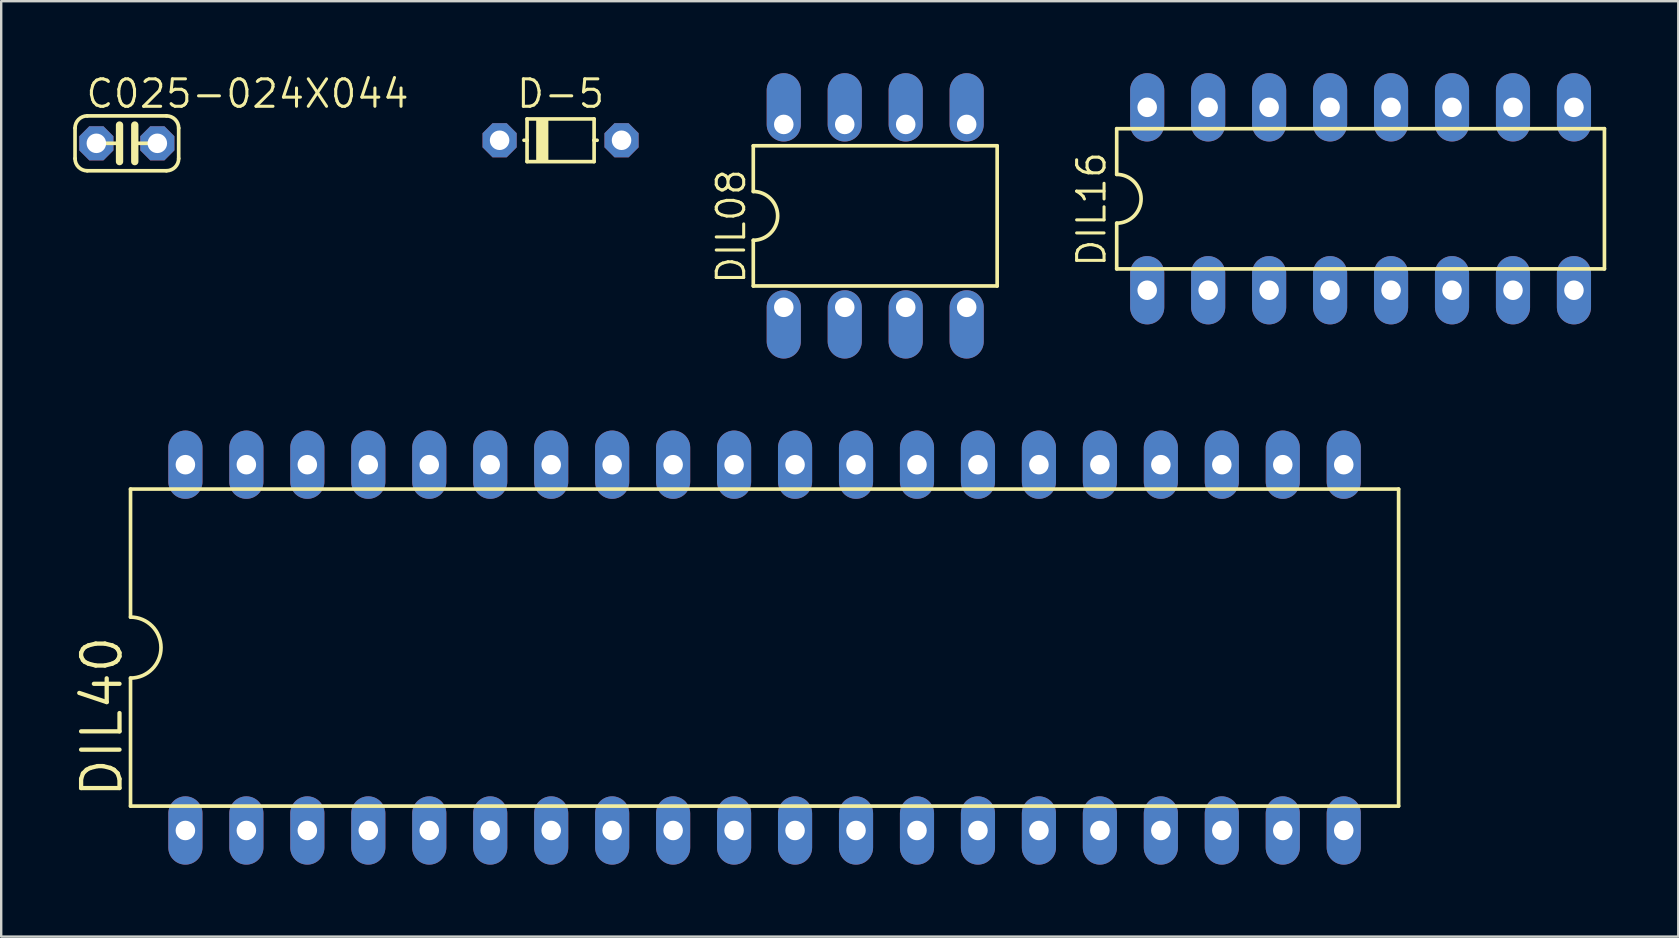
<source format=kicad_pcb>
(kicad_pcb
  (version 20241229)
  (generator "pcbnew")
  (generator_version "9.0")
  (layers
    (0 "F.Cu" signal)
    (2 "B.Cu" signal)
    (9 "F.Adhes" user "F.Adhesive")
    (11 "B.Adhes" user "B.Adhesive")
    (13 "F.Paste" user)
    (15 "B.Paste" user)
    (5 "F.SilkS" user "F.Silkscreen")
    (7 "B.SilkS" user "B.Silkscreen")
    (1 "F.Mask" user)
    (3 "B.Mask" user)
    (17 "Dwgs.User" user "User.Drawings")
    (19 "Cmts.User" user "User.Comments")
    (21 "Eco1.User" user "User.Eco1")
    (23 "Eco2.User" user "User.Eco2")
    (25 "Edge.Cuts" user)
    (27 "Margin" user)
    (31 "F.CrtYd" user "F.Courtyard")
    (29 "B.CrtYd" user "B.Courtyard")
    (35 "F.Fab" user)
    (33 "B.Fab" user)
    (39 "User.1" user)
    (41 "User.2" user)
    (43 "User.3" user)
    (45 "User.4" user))
  (footprint "DIL40"
    (layer "F.Cu")
    (at 28.804 23.93)
    (property "Reference" "DIL40" (at -26.67 6.35 90) (unlocked yes) (layer "F.SilkS") (effects (font (size 1.6 1.6) (thickness 0.178)) (justify left bottom)))
    (fp_line (start -26.416 -6.604) (end -26.416 -1.27) (stroke (width 0.152) (type solid)) (layer "F.SilkS"))
    (fp_line (start -26.416 -6.604) (end 26.416 -6.604) (stroke (width 0.152) (type solid)) (layer "F.SilkS"))
    (fp_line (start -26.416 1.27) (end -26.416 6.604) (stroke (width 0.152) (type solid)) (layer "F.SilkS"))
    (fp_line (start -26.416 6.604) (end 26.416 6.604) (stroke (width 0.152) (type solid)) (layer "F.SilkS"))
    (fp_line (start 26.416 6.604) (end 26.416 -6.604) (stroke (width 0.152) (type solid)) (layer "F.SilkS"))
    (fp_arc (start -26.416 -1.27) (mid -25.146 0) (end -26.416 1.27) (stroke (width 0.1524) (type solid)) (layer "F.SilkS"))
    (pad "1" thru_hole oval (at -24.13 7.62 90) (size 2.845 1.422) (drill 0.813) (layers "*.Cu" "*.Mask"))
    (pad "2" thru_hole oval (at -21.59 7.62 90) (size 2.845 1.422) (drill 0.813) (layers "*.Cu" "*.Mask"))
    (pad "3" thru_hole oval (at -19.05 7.62 90) (size 2.845 1.422) (drill 0.813) (layers "*.Cu" "*.Mask"))
    (pad "4" thru_hole oval (at -16.51 7.62 90) (size 2.845 1.422) (drill 0.813) (layers "*.Cu" "*.Mask"))
    (pad "5" thru_hole oval (at -13.97 7.62 90) (size 2.845 1.422) (drill 0.813) (layers "*.Cu" "*.Mask"))
    (pad "6" thru_hole oval (at -11.43 7.62 90) (size 2.845 1.422) (drill 0.813) (layers "*.Cu" "*.Mask"))
    (pad "7" thru_hole oval (at -8.89 7.62 90) (size 2.845 1.422) (drill 0.813) (layers "*.Cu" "*.Mask"))
    (pad "8" thru_hole oval (at -6.35 7.62 90) (size 2.845 1.422) (drill 0.813) (layers "*.Cu" "*.Mask"))
    (pad "9" thru_hole oval (at -3.81 7.62 90) (size 2.845 1.422) (drill 0.813) (layers "*.Cu" "*.Mask"))
    (pad "10" thru_hole oval (at -1.27 7.62 90) (size 2.845 1.422) (drill 0.813) (layers "*.Cu" "*.Mask"))
    (pad "11" thru_hole oval (at 1.27 7.62 90) (size 2.845 1.422) (drill 0.813) (layers "*.Cu" "*.Mask"))
    (pad "12" thru_hole oval (at 3.81 7.62 90) (size 2.845 1.422) (drill 0.813) (layers "*.Cu" "*.Mask"))
    (pad "13" thru_hole oval (at 6.35 7.62 90) (size 2.845 1.422) (drill 0.813) (layers "*.Cu" "*.Mask"))
    (pad "14" thru_hole oval (at 8.89 7.62 90) (size 2.845 1.422) (drill 0.813) (layers "*.Cu" "*.Mask"))
    (pad "15" thru_hole oval (at 11.43 7.62 90) (size 2.845 1.422) (drill 0.813) (layers "*.Cu" "*.Mask"))
    (pad "16" thru_hole oval (at 13.97 7.62 90) (size 2.845 1.422) (drill 0.813) (layers "*.Cu" "*.Mask"))
    (pad "17" thru_hole oval (at 16.51 7.62 90) (size 2.845 1.422) (drill 0.813) (layers "*.Cu" "*.Mask"))
    (pad "18" thru_hole oval (at 19.05 7.62 90) (size 2.845 1.422) (drill 0.813) (layers "*.Cu" "*.Mask"))
    (pad "19" thru_hole oval (at 21.59 7.62 90) (size 2.845 1.422) (drill 0.813) (layers "*.Cu" "*.Mask"))
    (pad "20" thru_hole oval (at 24.13 7.62 90) (size 2.845 1.422) (drill 0.813) (layers "*.Cu" "*.Mask"))
    (pad "21" thru_hole oval (at 24.13 -7.62 90) (size 2.845 1.422) (drill 0.813) (layers "*.Cu" "*.Mask"))
    (pad "22" thru_hole oval (at 21.59 -7.62 90) (size 2.845 1.422) (drill 0.813) (layers "*.Cu" "*.Mask"))
    (pad "23" thru_hole oval (at 19.05 -7.62 90) (size 2.845 1.422) (drill 0.813) (layers "*.Cu" "*.Mask"))
    (pad "24" thru_hole oval (at 16.51 -7.62 90) (size 2.845 1.422) (drill 0.813) (layers "*.Cu" "*.Mask"))
    (pad "25" thru_hole oval (at 13.97 -7.62 90) (size 2.845 1.422) (drill 0.813) (layers "*.Cu" "*.Mask"))
    (pad "26" thru_hole oval (at 11.43 -7.62 90) (size 2.845 1.422) (drill 0.813) (layers "*.Cu" "*.Mask"))
    (pad "27" thru_hole oval (at 8.89 -7.62 90) (size 2.845 1.422) (drill 0.813) (layers "*.Cu" "*.Mask"))
    (pad "28" thru_hole oval (at 6.35 -7.62 90) (size 2.845 1.422) (drill 0.813) (layers "*.Cu" "*.Mask"))
    (pad "29" thru_hole oval (at 3.81 -7.62 90) (size 2.845 1.422) (drill 0.813) (layers "*.Cu" "*.Mask"))
    (pad "30" thru_hole oval (at 1.27 -7.62 90) (size 2.845 1.422) (drill 0.813) (layers "*.Cu" "*.Mask"))
    (pad "31" thru_hole oval (at -1.27 -7.62 90) (size 2.845 1.422) (drill 0.813) (layers "*.Cu" "*.Mask"))
    (pad "32" thru_hole oval (at -3.81 -7.62 90) (size 2.845 1.422) (drill 0.813) (layers "*.Cu" "*.Mask"))
    (pad "33" thru_hole oval (at -6.35 -7.62 90) (size 2.845 1.422) (drill 0.813) (layers "*.Cu" "*.Mask"))
    (pad "34" thru_hole oval (at -8.89 -7.62 90) (size 2.845 1.422) (drill 0.813) (layers "*.Cu" "*.Mask"))
    (pad "35" thru_hole oval (at -11.43 -7.62 90) (size 2.845 1.422) (drill 0.813) (layers "*.Cu" "*.Mask"))
    (pad "36" thru_hole oval (at -13.97 -7.62 90) (size 2.845 1.422) (drill 0.813) (layers "*.Cu" "*.Mask"))
    (pad "37" thru_hole oval (at -16.51 -7.62 90) (size 2.845 1.422) (drill 0.813) (layers "*.Cu" "*.Mask"))
    (pad "38" thru_hole oval (at -19.05 -7.62 90) (size 2.845 1.422) (drill 0.813) (layers "*.Cu" "*.Mask"))
    (pad "39" thru_hole oval (at -21.59 -7.62 90) (size 2.845 1.422) (drill 0.813) (layers "*.Cu" "*.Mask"))
    (pad "40" thru_hole oval (at -24.13 -7.62 90) (size 2.845 1.422) (drill 0.813) (layers "*.Cu" "*.Mask")))
  (footprint "DIL08"
    (layer "F.Cu")
    (at 33.414 5.944)
    (property "Reference" "DIL08" (at -5.334 2.921 90) (unlocked yes) (layer "F.SilkS") (effects (font (size 1.143 1.143) (thickness 0.127)) (justify left bottom)))
    (fp_line (start -5.08 -2.921) (end -5.08 -1.016) (stroke (width 0.152) (type solid)) (layer "F.SilkS"))
    (fp_line (start -5.08 2.921) (end -5.08 1.016) (stroke (width 0.152) (type solid)) (layer "F.SilkS"))
    (fp_line (start -5.08 2.921) (end 5.08 2.921) (stroke (width 0.152) (type solid)) (layer "F.SilkS"))
    (fp_line (start 5.08 -2.921) (end -5.08 -2.921) (stroke (width 0.152) (type solid)) (layer "F.SilkS"))
    (fp_line (start 5.08 -2.921) (end 5.08 2.921) (stroke (width 0.152) (type solid)) (layer "F.SilkS"))
    (fp_arc (start -5.08 -1.016) (mid -4.064 0) (end -5.08 1.016) (stroke (width 0.1524) (type solid)) (layer "F.SilkS"))
    (pad "1" thru_hole oval (at -3.81 3.81 270) (size 2.845 1.422) (drill 0.813 (offset 0.711 0)) (layers "*.Cu" "*.Mask"))
    (pad "2" thru_hole oval (at -1.27 3.81 270) (size 2.845 1.422) (drill 0.813 (offset 0.711 0)) (layers "*.Cu" "*.Mask"))
    (pad "3" thru_hole oval (at 1.27 3.81 270) (size 2.845 1.422) (drill 0.813 (offset 0.711 0)) (layers "*.Cu" "*.Mask"))
    (pad "4" thru_hole oval (at 3.81 3.81 270) (size 2.845 1.422) (drill 0.813 (offset 0.711 0)) (layers "*.Cu" "*.Mask"))
    (pad "5" thru_hole oval (at 3.81 -3.81 90) (size 2.845 1.422) (drill 0.813 (offset 0.711 0)) (layers "*.Cu" "*.Mask"))
    (pad "6" thru_hole oval (at 1.27 -3.81 90) (size 2.845 1.422) (drill 0.813 (offset 0.711 0)) (layers "*.Cu" "*.Mask"))
    (pad "7" thru_hole oval (at -1.27 -3.81 90) (size 2.845 1.422) (drill 0.813 (offset 0.711 0)) (layers "*.Cu" "*.Mask"))
    (pad "8" thru_hole oval (at -3.81 -3.81 90) (size 2.845 1.422) (drill 0.813 (offset 0.711 0)) (layers "*.Cu" "*.Mask")))
  (footprint "DIL16"
    (layer "F.Cu")
    (at 53.635 5.232)
    (property "Reference" "DIL16" (at -10.541 2.921 90) (unlocked yes) (layer "F.SilkS") (effects (font (size 1.143 1.143) (thickness 0.127)) (justify left bottom)))
    (fp_line (start -10.16 -2.921) (end -10.16 -1.016) (stroke (width 0.152) (type solid)) (layer "F.SilkS"))
    (fp_line (start -10.16 2.921) (end -10.16 1.016) (stroke (width 0.152) (type solid)) (layer "F.SilkS"))
    (fp_line (start -10.16 2.921) (end 10.16 2.921) (stroke (width 0.152) (type solid)) (layer "F.SilkS"))
    (fp_line (start 10.16 -2.921) (end -10.16 -2.921) (stroke (width 0.152) (type solid)) (layer "F.SilkS"))
    (fp_line (start 10.16 -2.921) (end 10.16 2.921) (stroke (width 0.152) (type solid)) (layer "F.SilkS"))
    (fp_arc (start -10.16 -1.016) (mid -9.144 0) (end -10.16 1.016) (stroke (width 0.1524) (type solid)) (layer "F.SilkS"))
    (pad "1" thru_hole oval (at -8.89 3.81 90) (size 2.845 1.422) (drill 0.813) (layers "*.Cu" "*.Mask"))
    (pad "2" thru_hole oval (at -6.35 3.81 90) (size 2.845 1.422) (drill 0.813) (layers "*.Cu" "*.Mask"))
    (pad "3" thru_hole oval (at -3.81 3.81 90) (size 2.845 1.422) (drill 0.813) (layers "*.Cu" "*.Mask"))
    (pad "4" thru_hole oval (at -1.27 3.81 90) (size 2.845 1.422) (drill 0.813) (layers "*.Cu" "*.Mask"))
    (pad "5" thru_hole oval (at 1.27 3.81 90) (size 2.845 1.422) (drill 0.813) (layers "*.Cu" "*.Mask"))
    (pad "6" thru_hole oval (at 3.81 3.81 90) (size 2.845 1.422) (drill 0.813) (layers "*.Cu" "*.Mask"))
    (pad "7" thru_hole oval (at 6.35 3.81 90) (size 2.845 1.422) (drill 0.813) (layers "*.Cu" "*.Mask"))
    (pad "8" thru_hole oval (at 8.89 3.81 90) (size 2.845 1.422) (drill 0.813) (layers "*.Cu" "*.Mask"))
    (pad "9" thru_hole oval (at 8.89 -3.81 90) (size 2.845 1.422) (drill 0.813) (layers "*.Cu" "*.Mask"))
    (pad "10" thru_hole oval (at 6.35 -3.81 90) (size 2.845 1.422) (drill 0.813) (layers "*.Cu" "*.Mask"))
    (pad "11" thru_hole oval (at 3.81 -3.81 90) (size 2.845 1.422) (drill 0.813) (layers "*.Cu" "*.Mask"))
    (pad "12" thru_hole oval (at 1.27 -3.81 90) (size 2.845 1.422) (drill 0.813) (layers "*.Cu" "*.Mask"))
    (pad "13" thru_hole oval (at -1.27 -3.81 90) (size 2.845 1.422) (drill 0.813) (layers "*.Cu" "*.Mask"))
    (pad "14" thru_hole oval (at -3.81 -3.81 90) (size 2.845 1.422) (drill 0.813) (layers "*.Cu" "*.Mask"))
    (pad "15" thru_hole oval (at -6.35 -3.81 90) (size 2.845 1.422) (drill 0.813) (layers "*.Cu" "*.Mask"))
    (pad "16" thru_hole oval (at -8.89 -3.81 90) (size 2.845 1.422) (drill 0.813) (layers "*.Cu" "*.Mask")))
  (footprint "D-5"
    (layer "F.Cu")
    (at 20.305 2.794)
    (property "Reference" "D-5" (at -1.905 -1.27 0) (unlocked yes) (layer "F.SilkS") (effects (font (size 1.143 1.143) (thickness 0.127)) (justify left bottom)))
    (fp_line (start -1.397 -0.889) (end -1.397 0) (stroke (width 0.152) (type solid)) (layer "F.SilkS"))
    (fp_line (start -1.397 0) (end -1.524 0) (stroke (width 0.152) (type solid)) (layer "F.SilkS"))
    (fp_line (start -1.397 0) (end -1.397 0.889) (stroke (width 0.152) (type solid)) (layer "F.SilkS"))
    (fp_line (start -1.397 0.889) (end 1.397 0.889) (stroke (width 0.152) (type solid)) (layer "F.SilkS"))
    (fp_line (start 1.397 -0.889) (end -1.397 -0.889) (stroke (width 0.152) (type solid)) (layer "F.SilkS"))
    (fp_line (start 1.397 0) (end 1.397 -0.889) (stroke (width 0.152) (type solid)) (layer "F.SilkS"))
    (fp_line (start 1.397 0.889) (end 1.397 0) (stroke (width 0.152) (type solid)) (layer "F.SilkS"))
    (fp_line (start 1.524 0) (end 1.397 0) (stroke (width 0.152) (type solid)) (layer "F.SilkS"))
    (fp_poly (pts (xy -1.016 0.889) (xy -0.508 0.889) (xy -0.508 -0.889) (xy -1.016 -0.889)) (stroke (width 0) (type default)) (fill yes) (layer "F.SilkS"))
    (pad "A" thru_hole roundrect (at 2.54 0) (size 1.422 1.422) (drill 0.813) (layers "*.Cu" "*.Mask") (roundrect_rratio 0.25) (chamfer_ratio 0.293) (chamfer top_left top_right bottom_left bottom_right))
    (pad "C" thru_hole roundrect (at -2.54 0) (size 1.422 1.422) (drill 0.813) (layers "*.Cu" "*.Mask") (roundrect_rratio 0.25) (chamfer_ratio 0.293) (chamfer top_left top_right bottom_left bottom_right)))
  (footprint "C025-024X044"
    (layer "F.Cu")
    (at 2.235 2.921)
    (property "Reference" "C025-024X044" (at -1.778 -1.397 0) (unlocked yes) (layer "F.SilkS") (effects (font (size 1.143 1.143) (thickness 0.127)) (justify left bottom)))
    (fp_line (start -2.159 0.635) (end -2.159 -0.635) (stroke (width 0.152) (type solid)) (layer "F.SilkS"))
    (fp_line (start -1.27 0) (end -0.305 0) (stroke (width 0.152) (type solid)) (layer "F.SilkS"))
    (fp_line (start -0.305 -0.762) (end -0.305 0.762) (stroke (width 0.305) (type solid)) (layer "F.SilkS"))
    (fp_line (start 0.33 -0.762) (end 0.33 0.762) (stroke (width 0.305) (type solid)) (layer "F.SilkS"))
    (fp_line (start 1.27 0) (end 0.33 0) (stroke (width 0.152) (type solid)) (layer "F.SilkS"))
    (fp_line (start 1.651 -1.143) (end -1.651 -1.143) (stroke (width 0.152) (type solid)) (layer "F.SilkS"))
    (fp_line (start 1.651 1.143) (end -1.651 1.143) (stroke (width 0.152) (type solid)) (layer "F.SilkS"))
    (fp_line (start 2.159 0.635) (end 2.159 -0.635) (stroke (width 0.152) (type solid)) (layer "F.SilkS"))
    (fp_arc (start -2.159 -0.635) (mid -2.01021 -0.99421) (end -1.651 -1.143) (stroke (width 0.1524) (type solid)) (layer "F.SilkS"))
    (fp_arc (start -1.651 1.143) (mid -2.01021 0.99421) (end -2.159 0.635) (stroke (width 0.1524) (type solid)) (layer "F.SilkS"))
    (fp_arc (start 1.651 -1.143) (mid 2.01021 -0.99421) (end 2.159 -0.635) (stroke (width 0.1524) (type solid)) (layer "F.SilkS"))
    (fp_arc (start 2.159 0.635) (mid 2.01021 0.99421) (end 1.651 1.143) (stroke (width 0.1524) (type solid)) (layer "F.SilkS"))
    (pad "1" thru_hole roundrect (at -1.27 0) (size 1.422 1.422) (drill 0.813) (layers "*.Cu" "*.Mask") (roundrect_rratio 0.25) (chamfer_ratio 0.293) (chamfer top_left top_right bottom_left bottom_right))
    (pad "2" thru_hole roundrect (at 1.27 0) (size 1.422 1.422) (drill 0.813) (layers "*.Cu" "*.Mask") (roundrect_rratio 0.25) (chamfer_ratio 0.293) (chamfer top_left top_right bottom_left bottom_right)))
  (gr_rect
    (start -3 -3)
    (end 66.871 35.972)
    (stroke (width 0.1) (type default))
    (fill no)
    (layer "Edge.Cuts")))
</source>
